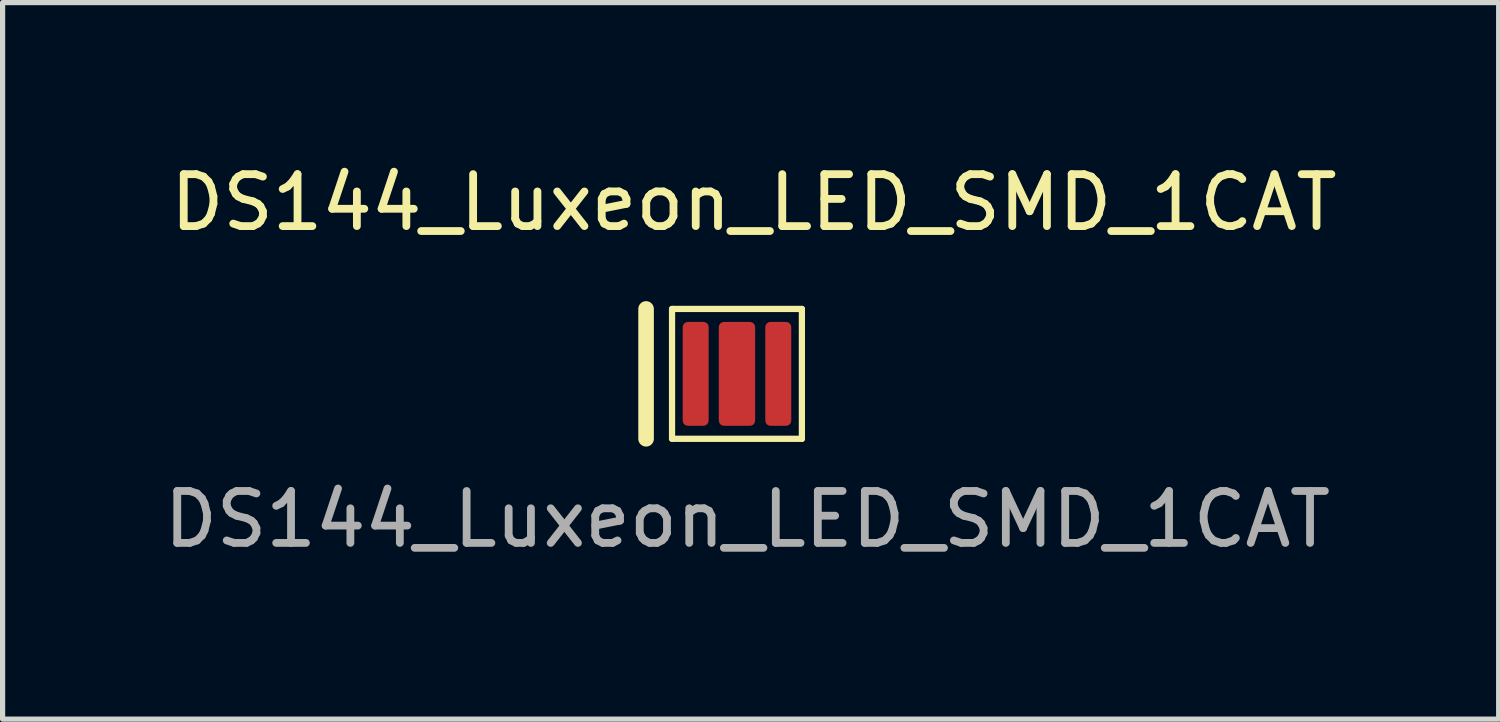
<source format=kicad_pcb>
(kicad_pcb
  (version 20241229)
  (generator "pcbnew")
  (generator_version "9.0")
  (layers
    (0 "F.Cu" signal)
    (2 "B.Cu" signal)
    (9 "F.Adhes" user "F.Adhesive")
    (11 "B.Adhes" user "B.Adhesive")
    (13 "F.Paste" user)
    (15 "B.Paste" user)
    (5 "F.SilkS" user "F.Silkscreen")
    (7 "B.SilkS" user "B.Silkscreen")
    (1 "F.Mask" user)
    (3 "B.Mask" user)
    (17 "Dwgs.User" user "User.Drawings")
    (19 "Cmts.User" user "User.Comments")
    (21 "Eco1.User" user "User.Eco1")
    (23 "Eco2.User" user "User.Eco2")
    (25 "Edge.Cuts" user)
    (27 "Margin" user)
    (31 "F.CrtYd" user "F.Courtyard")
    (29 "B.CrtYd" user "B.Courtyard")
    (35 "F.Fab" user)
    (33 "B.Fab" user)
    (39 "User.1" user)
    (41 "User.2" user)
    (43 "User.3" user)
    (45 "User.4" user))
  (footprint "DS144_Luxeon_LED_SMD_1CAT"
    (layer "F.Cu")
    (at 11.139 4.148)
    (property "Reference" "DS144_Luxeon_LED_SMD_1CAT" (at 0.325 -3.3 0) (unlocked yes) (layer "F.SilkS") (effects (font (size 1 1) (thickness 0.15))))
    (attr smd)
    (fp_line (start -1.75 -1.25) (end -1.75 1.25) (stroke (width 0.3) (type solid)) (layer "F.SilkS"))
    (fp_line (start -1.25 -1.25) (end -1.25 1.25) (stroke (width 0.12) (type solid)) (layer "F.SilkS"))
    (fp_line (start -1.25 1.25) (end 1.25 1.25) (stroke (width 0.12) (type solid)) (layer "F.SilkS"))
    (fp_line (start 1.25 -1.25) (end -1.25 -1.25) (stroke (width 0.12) (type solid)) (layer "F.SilkS"))
    (fp_line (start 1.25 1.25) (end 1.25 -1.25) (stroke (width 0.12) (type solid)) (layer "F.SilkS"))
    (fp_text user "${REFERENCE}" (at 0.2 2.8 0) (unlocked yes) (layer "F.Fab") (effects (font (size 1 1) (thickness 0.15))))
    (pad "" smd roundrect (at 0 0) (size 0.7 2) (property pad_prop_heatsink) (layers "F.Cu" "F.Mask" "F.Paste") (roundrect_rratio 0.143))
    (pad "1" smd roundrect (at -0.795 0) (size 0.5 2) (layers "F.Cu" "F.Mask" "F.Paste") (roundrect_rratio 0.2))
    (pad "2" smd roundrect (at 0.795 0) (size 0.5 2) (layers "F.Cu" "F.Mask" "F.Paste") (roundrect_rratio 0.2)))
  (gr_rect
    (start -3 -3)
    (end 25.804 10.796)
    (stroke (width 0.1) (type default))
    (fill no)
    (layer "Edge.Cuts")))
</source>
